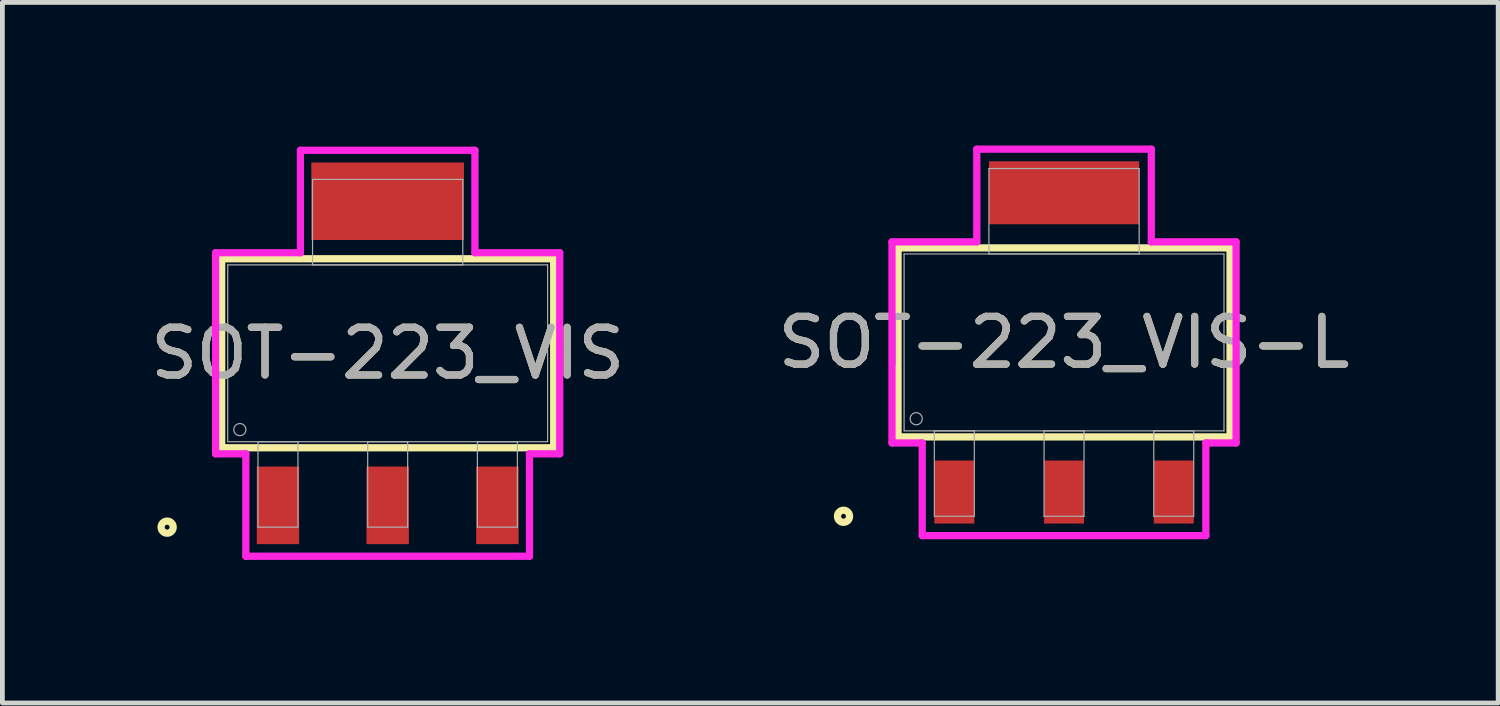
<source format=kicad_pcb>
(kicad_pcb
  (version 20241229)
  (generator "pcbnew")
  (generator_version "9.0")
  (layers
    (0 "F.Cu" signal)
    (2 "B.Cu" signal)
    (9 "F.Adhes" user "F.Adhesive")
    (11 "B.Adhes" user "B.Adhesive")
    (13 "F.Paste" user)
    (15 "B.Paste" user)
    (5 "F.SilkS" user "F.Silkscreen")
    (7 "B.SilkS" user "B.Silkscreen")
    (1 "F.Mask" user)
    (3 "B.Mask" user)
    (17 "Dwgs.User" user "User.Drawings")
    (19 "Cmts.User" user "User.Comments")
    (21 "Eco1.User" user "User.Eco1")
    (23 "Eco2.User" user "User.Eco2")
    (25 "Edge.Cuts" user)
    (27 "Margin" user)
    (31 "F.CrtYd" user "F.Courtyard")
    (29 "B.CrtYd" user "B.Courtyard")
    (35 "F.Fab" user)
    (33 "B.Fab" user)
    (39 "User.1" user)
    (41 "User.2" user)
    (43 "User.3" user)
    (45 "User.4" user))
  (footprint "SOT-223_VIS-L"
    (layer "F.Cu")
    (at 19.256 4.128)
    (property "Reference" "SOT-223_VIS-L" (at 0 0 0) (unlocked yes) (layer "F.SilkS") (effects (font (size 1 1) (thickness 0.15))))
    (attr smd)
    (fp_poly (pts (xy 1.575 -3.797) (xy -1.575 -3.797) (xy -1.575 -2.477) (xy 1.575 -2.477)) (stroke (width 0) (type solid)) (fill yes) (layer "F.Cu"))
    (fp_poly (pts (xy 1.575 -3.95) (xy -1.575 -3.95) (xy -1.575 -2.223) (xy 1.575 -2.223)) (stroke (width 0) (type solid)) (fill yes) (layer "F.Mask"))
    (fp_line (start -3.48 -1.981) (end -3.48 1.981) (stroke (width 0.152) (type solid)) (layer "F.SilkS"))
    (fp_line (start -3.48 1.981) (end 3.48 1.981) (stroke (width 0.152) (type solid)) (layer "F.SilkS"))
    (fp_line (start 3.48 -1.981) (end -3.48 -1.981) (stroke (width 0.152) (type solid)) (layer "F.SilkS"))
    (fp_line (start 3.48 1.981) (end 3.48 -1.981) (stroke (width 0.152) (type solid)) (layer "F.SilkS"))
    (fp_circle (center -4.623 3.645) (end -4.496 3.645) (stroke (width 0.152) (type solid)) (fill no) (layer "F.SilkS"))
    (fp_poly (pts (xy 1.575 -3.797) (xy -1.575 -3.797) (xy -1.575 -2.477) (xy 1.575 -2.477)) (stroke (width 0) (type solid)) (fill yes) (layer "F.Paste"))
    (fp_line (start -3.607 -2.108) (end -1.829 -2.108) (stroke (width 0.152) (type solid)) (layer "F.CrtYd"))
    (fp_line (start -3.607 2.108) (end -3.607 -2.108) (stroke (width 0.152) (type solid)) (layer "F.CrtYd"))
    (fp_line (start -2.973 2.108) (end -3.607 2.108) (stroke (width 0.152) (type solid)) (layer "F.CrtYd"))
    (fp_line (start -2.973 4.051) (end -2.973 2.108) (stroke (width 0.152) (type solid)) (layer "F.CrtYd"))
    (fp_line (start -1.829 -4.051) (end 1.829 -4.051) (stroke (width 0.152) (type solid)) (layer "F.CrtYd"))
    (fp_line (start -1.829 -2.108) (end -1.829 -4.051) (stroke (width 0.152) (type solid)) (layer "F.CrtYd"))
    (fp_line (start 1.829 -4.051) (end 1.829 -2.108) (stroke (width 0.152) (type solid)) (layer "F.CrtYd"))
    (fp_line (start 1.829 -2.108) (end 3.607 -2.108) (stroke (width 0.152) (type solid)) (layer "F.CrtYd"))
    (fp_line (start 2.973 2.108) (end 2.973 4.051) (stroke (width 0.152) (type solid)) (layer "F.CrtYd"))
    (fp_line (start 2.973 4.051) (end -2.973 4.051) (stroke (width 0.152) (type solid)) (layer "F.CrtYd"))
    (fp_line (start 3.607 -2.108) (end 3.607 2.108) (stroke (width 0.152) (type solid)) (layer "F.CrtYd"))
    (fp_line (start 3.607 2.108) (end 2.973 2.108) (stroke (width 0.152) (type solid)) (layer "F.CrtYd"))
    (fp_line (start -3.353 -1.854) (end -3.353 1.854) (stroke (width 0.025) (type solid)) (layer "F.Fab"))
    (fp_line (start -3.353 1.854) (end 3.353 1.854) (stroke (width 0.025) (type solid)) (layer "F.Fab"))
    (fp_line (start -2.719 1.854) (end -2.719 3.645) (stroke (width 0.025) (type solid)) (layer "F.Fab"))
    (fp_line (start -2.719 3.645) (end -1.881 3.645) (stroke (width 0.025) (type solid)) (layer "F.Fab"))
    (fp_line (start -1.881 1.854) (end -2.719 1.854) (stroke (width 0.025) (type solid)) (layer "F.Fab"))
    (fp_line (start -1.881 3.645) (end -1.881 1.854) (stroke (width 0.025) (type solid)) (layer "F.Fab"))
    (fp_line (start -1.575 -3.645) (end -1.575 -1.854) (stroke (width 0.025) (type solid)) (layer "F.Fab"))
    (fp_line (start -1.575 -1.854) (end 1.575 -1.854) (stroke (width 0.025) (type solid)) (layer "F.Fab"))
    (fp_line (start -0.419 1.854) (end -0.419 3.645) (stroke (width 0.025) (type solid)) (layer "F.Fab"))
    (fp_line (start -0.419 3.645) (end 0.419 3.645) (stroke (width 0.025) (type solid)) (layer "F.Fab"))
    (fp_line (start 0.419 1.854) (end -0.419 1.854) (stroke (width 0.025) (type solid)) (layer "F.Fab"))
    (fp_line (start 0.419 3.645) (end 0.419 1.854) (stroke (width 0.025) (type solid)) (layer "F.Fab"))
    (fp_line (start 1.575 -3.645) (end -1.575 -3.645) (stroke (width 0.025) (type solid)) (layer "F.Fab"))
    (fp_line (start 1.575 -1.854) (end 1.575 -3.645) (stroke (width 0.025) (type solid)) (layer "F.Fab"))
    (fp_line (start 1.881 1.854) (end 1.881 3.645) (stroke (width 0.025) (type solid)) (layer "F.Fab"))
    (fp_line (start 1.881 3.645) (end 2.719 3.645) (stroke (width 0.025) (type solid)) (layer "F.Fab"))
    (fp_line (start 2.719 1.854) (end 1.881 1.854) (stroke (width 0.025) (type solid)) (layer "F.Fab"))
    (fp_line (start 2.719 3.645) (end 2.719 1.854) (stroke (width 0.025) (type solid)) (layer "F.Fab"))
    (fp_line (start 3.353 -1.854) (end -3.353 -1.854) (stroke (width 0.025) (type solid)) (layer "F.Fab"))
    (fp_line (start 3.353 1.854) (end 3.353 -1.854) (stroke (width 0.025) (type solid)) (layer "F.Fab"))
    (fp_circle (center -3.099 1.6) (end -2.972 1.6) (stroke (width 0.025) (type solid)) (fill no) (layer "F.Fab"))
    (fp_text user "${REFERENCE}" (at 0 0 0) (unlocked yes) (layer "F.Fab") (effects (font (size 1 1) (thickness 0.15))))
    (pad "1" smd rect (at -2.3 3.137) (size 0.838 1.321) (layers "F.Cu" "F.Mask" "F.Paste"))
    (pad "2" smd rect (at 0 3.137) (size 0.838 1.321) (layers "F.Cu" "F.Mask" "F.Paste"))
    (pad "3" smd rect (at 2.3 3.137) (size 0.838 1.321) (layers "F.Cu" "F.Mask" "F.Paste")))
  (footprint "SOT-223_VIS"
    (layer "F.Cu")
    (at 5.077 4.356)
    (property "Reference" "SOT-223_VIS" (at 0 0 0) (unlocked yes) (layer "F.SilkS") (effects (font (size 1 1) (thickness 0.15))))
    (attr smd)
    (fp_poly (pts (xy 1.6 -4) (xy -1.6 -4) (xy -1.6 -2.375) (xy 1.6 -2.375)) (stroke (width 0) (type solid)) (fill yes) (layer "F.Cu"))
    (fp_poly (pts (xy 1.626 -4.356) (xy -1.626 -4.356) (xy -1.626 -2.019) (xy 1.626 -2.019)) (stroke (width 0) (type solid)) (fill yes) (layer "F.Mask"))
    (fp_line (start -3.48 -1.981) (end -3.48 1.981) (stroke (width 0.152) (type solid)) (layer "F.SilkS"))
    (fp_line (start -3.48 1.981) (end 3.48 1.981) (stroke (width 0.152) (type solid)) (layer "F.SilkS"))
    (fp_line (start 3.48 -1.981) (end -3.48 -1.981) (stroke (width 0.152) (type solid)) (layer "F.SilkS"))
    (fp_line (start 3.48 1.981) (end 3.48 -1.981) (stroke (width 0.152) (type solid)) (layer "F.SilkS"))
    (fp_circle (center -4.623 3.645) (end -4.496 3.645) (stroke (width 0.152) (type solid)) (fill no) (layer "F.SilkS"))
    (fp_poly (pts (xy 1.6 -4) (xy -1.6 -4) (xy -1.6 -2.375) (xy 1.6 -2.375)) (stroke (width 0) (type solid)) (fill yes) (layer "F.Paste"))
    (fp_line (start -3.607 -2.108) (end -1.829 -2.108) (stroke (width 0.152) (type solid)) (layer "F.CrtYd"))
    (fp_line (start -3.607 2.108) (end -3.607 -2.108) (stroke (width 0.152) (type solid)) (layer "F.CrtYd"))
    (fp_line (start -2.973 2.108) (end -3.607 2.108) (stroke (width 0.152) (type solid)) (layer "F.CrtYd"))
    (fp_line (start -2.973 4.255) (end -2.973 2.108) (stroke (width 0.152) (type solid)) (layer "F.CrtYd"))
    (fp_line (start -1.829 -4.255) (end 1.829 -4.255) (stroke (width 0.152) (type solid)) (layer "F.CrtYd"))
    (fp_line (start -1.829 -2.108) (end -1.829 -4.255) (stroke (width 0.152) (type solid)) (layer "F.CrtYd"))
    (fp_line (start 1.829 -4.255) (end 1.829 -2.108) (stroke (width 0.152) (type solid)) (layer "F.CrtYd"))
    (fp_line (start 1.829 -2.108) (end 3.607 -2.108) (stroke (width 0.152) (type solid)) (layer "F.CrtYd"))
    (fp_line (start 2.973 2.108) (end 2.973 4.255) (stroke (width 0.152) (type solid)) (layer "F.CrtYd"))
    (fp_line (start 2.973 4.255) (end -2.973 4.255) (stroke (width 0.152) (type solid)) (layer "F.CrtYd"))
    (fp_line (start 3.607 -2.108) (end 3.607 2.108) (stroke (width 0.152) (type solid)) (layer "F.CrtYd"))
    (fp_line (start 3.607 2.108) (end 2.973 2.108) (stroke (width 0.152) (type solid)) (layer "F.CrtYd"))
    (fp_line (start -3.353 -1.854) (end -3.353 1.854) (stroke (width 0.025) (type solid)) (layer "F.Fab"))
    (fp_line (start -3.353 1.854) (end 3.353 1.854) (stroke (width 0.025) (type solid)) (layer "F.Fab"))
    (fp_line (start -2.719 1.854) (end -2.719 3.645) (stroke (width 0.025) (type solid)) (layer "F.Fab"))
    (fp_line (start -2.719 3.645) (end -1.881 3.645) (stroke (width 0.025) (type solid)) (layer "F.Fab"))
    (fp_line (start -1.881 1.854) (end -2.719 1.854) (stroke (width 0.025) (type solid)) (layer "F.Fab"))
    (fp_line (start -1.881 3.645) (end -1.881 1.854) (stroke (width 0.025) (type solid)) (layer "F.Fab"))
    (fp_line (start -1.575 -3.645) (end -1.575 -1.854) (stroke (width 0.025) (type solid)) (layer "F.Fab"))
    (fp_line (start -1.575 -1.854) (end 1.575 -1.854) (stroke (width 0.025) (type solid)) (layer "F.Fab"))
    (fp_line (start -0.419 1.854) (end -0.419 3.645) (stroke (width 0.025) (type solid)) (layer "F.Fab"))
    (fp_line (start -0.419 3.645) (end 0.419 3.645) (stroke (width 0.025) (type solid)) (layer "F.Fab"))
    (fp_line (start 0.419 1.854) (end -0.419 1.854) (stroke (width 0.025) (type solid)) (layer "F.Fab"))
    (fp_line (start 0.419 3.645) (end 0.419 1.854) (stroke (width 0.025) (type solid)) (layer "F.Fab"))
    (fp_line (start 1.575 -3.645) (end -1.575 -3.645) (stroke (width 0.025) (type solid)) (layer "F.Fab"))
    (fp_line (start 1.575 -1.854) (end 1.575 -3.645) (stroke (width 0.025) (type solid)) (layer "F.Fab"))
    (fp_line (start 1.881 1.854) (end 1.881 3.645) (stroke (width 0.025) (type solid)) (layer "F.Fab"))
    (fp_line (start 1.881 3.645) (end 2.719 3.645) (stroke (width 0.025) (type solid)) (layer "F.Fab"))
    (fp_line (start 2.719 1.854) (end 1.881 1.854) (stroke (width 0.025) (type solid)) (layer "F.Fab"))
    (fp_line (start 2.719 3.645) (end 2.719 1.854) (stroke (width 0.025) (type solid)) (layer "F.Fab"))
    (fp_line (start 3.353 -1.854) (end -3.353 -1.854) (stroke (width 0.025) (type solid)) (layer "F.Fab"))
    (fp_line (start 3.353 1.854) (end 3.353 -1.854) (stroke (width 0.025) (type solid)) (layer "F.Fab"))
    (fp_circle (center -3.099 1.6) (end -2.972 1.6) (stroke (width 0.025) (type solid)) (fill no) (layer "F.Fab"))
    (fp_text user "${REFERENCE}" (at 0 0 0) (unlocked yes) (layer "F.Fab") (effects (font (size 1 1) (thickness 0.15))))
    (pad "1" smd rect (at -2.3 3.188) (size 0.889 1.626) (layers "F.Cu" "F.Mask" "F.Paste"))
    (pad "2" smd rect (at 0 3.188) (size 0.889 1.626) (layers "F.Cu" "F.Mask" "F.Paste"))
    (pad "3" smd rect (at 2.3 3.188) (size 0.889 1.626) (layers "F.Cu" "F.Mask" "F.Paste")))
  (gr_rect
    (start -3 -3)
    (end 28.357 11.687)
    (stroke (width 0.1) (type default))
    (fill no)
    (layer "Edge.Cuts")))
</source>
